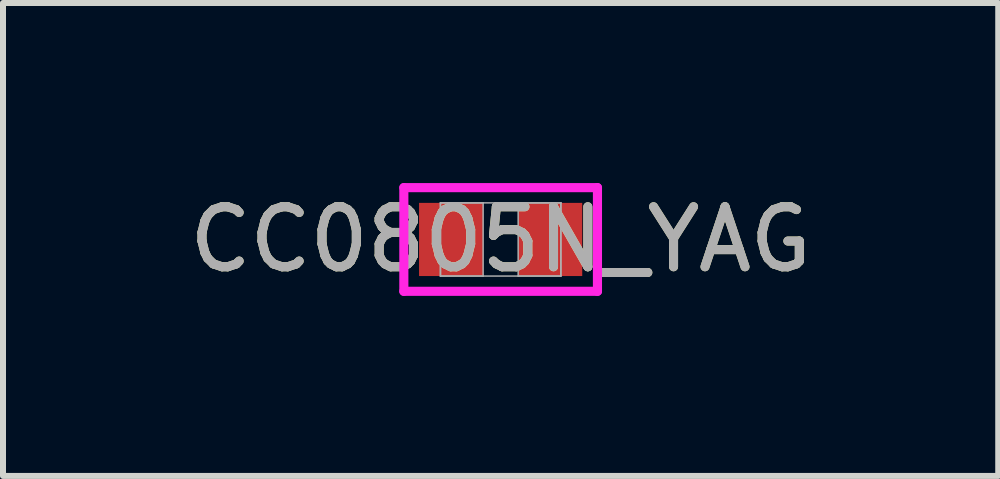
<source format=kicad_pcb>
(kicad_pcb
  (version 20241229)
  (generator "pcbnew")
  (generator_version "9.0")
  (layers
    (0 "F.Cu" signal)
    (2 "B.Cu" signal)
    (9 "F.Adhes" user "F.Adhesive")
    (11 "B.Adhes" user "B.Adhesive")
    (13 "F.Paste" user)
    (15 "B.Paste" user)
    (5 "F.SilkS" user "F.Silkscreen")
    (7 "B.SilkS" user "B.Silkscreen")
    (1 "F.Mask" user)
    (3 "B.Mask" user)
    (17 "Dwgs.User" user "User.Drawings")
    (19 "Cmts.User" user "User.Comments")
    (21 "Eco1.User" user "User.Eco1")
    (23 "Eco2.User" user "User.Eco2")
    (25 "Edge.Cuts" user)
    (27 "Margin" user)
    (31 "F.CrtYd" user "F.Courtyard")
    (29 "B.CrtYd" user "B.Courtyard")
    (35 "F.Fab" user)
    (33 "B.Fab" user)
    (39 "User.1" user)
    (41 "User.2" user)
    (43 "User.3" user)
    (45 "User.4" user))
  (footprint "CC0805N_YAG"
    (layer "F.Cu")
    (at 5.292 0.94)
    (property "Reference" "CC0805N_YAG" (at 0 0 0) (unlocked yes) (layer "F.SilkS") (effects (font (size 1 1) (thickness 0.15))))
    (attr smd)
    (fp_line (start -1.613 -0.864) (end 1.613 -0.864) (stroke (width 0.152) (type solid)) (layer "F.CrtYd"))
    (fp_line (start -1.613 0.864) (end -1.613 -0.864) (stroke (width 0.152) (type solid)) (layer "F.CrtYd"))
    (fp_line (start 1.613 -0.864) (end 1.613 0.864) (stroke (width 0.152) (type solid)) (layer "F.CrtYd"))
    (fp_line (start 1.613 0.864) (end -1.613 0.864) (stroke (width 0.152) (type solid)) (layer "F.CrtYd"))
    (fp_line (start -1.003 -0.61) (end -1.003 0.61) (stroke (width 0.025) (type solid)) (layer "F.Fab"))
    (fp_line (start -1.003 -0.61) (end -1.003 0.61) (stroke (width 0.025) (type solid)) (layer "F.Fab"))
    (fp_line (start -1.003 0.61) (end -0.292 0.61) (stroke (width 0.025) (type solid)) (layer "F.Fab"))
    (fp_line (start -1.003 0.61) (end 1.003 0.61) (stroke (width 0.025) (type solid)) (layer "F.Fab"))
    (fp_line (start -0.292 -0.61) (end -1.003 -0.61) (stroke (width 0.025) (type solid)) (layer "F.Fab"))
    (fp_line (start -0.292 0.61) (end -0.292 -0.61) (stroke (width 0.025) (type solid)) (layer "F.Fab"))
    (fp_line (start 0.292 -0.61) (end 0.292 0.61) (stroke (width 0.025) (type solid)) (layer "F.Fab"))
    (fp_line (start 0.292 0.61) (end 1.003 0.61) (stroke (width 0.025) (type solid)) (layer "F.Fab"))
    (fp_line (start 1.003 -0.61) (end -1.003 -0.61) (stroke (width 0.025) (type solid)) (layer "F.Fab"))
    (fp_line (start 1.003 -0.61) (end 0.292 -0.61) (stroke (width 0.025) (type solid)) (layer "F.Fab"))
    (fp_line (start 1.003 0.61) (end 1.003 -0.61) (stroke (width 0.025) (type solid)) (layer "F.Fab"))
    (fp_line (start 1.003 0.61) (end 1.003 -0.61) (stroke (width 0.025) (type solid)) (layer "F.Fab"))
    (fp_text user "${REFERENCE}" (at 0 0 0) (unlocked yes) (layer "F.Fab") (effects (font (size 1 1) (thickness 0.15))))
    (pad "1" smd rect (at -0.826 0) (size 1.067 1.219) (layers "F.Cu" "F.Mask" "F.Paste"))
    (pad "2" smd rect (at 0.826 0) (size 1.067 1.219) (layers "F.Cu" "F.Mask" "F.Paste"))
    (zone (net_name "") (layer "F.Cu") (hatch full 0.508) (connect_pads) (min_thickness 0.254) (filled_areas_thickness no) (keepout (tracks not_allowed) (vias not_allowed) (pads allowed) (copperpour not_allowed) (footprints allowed)) (placement (enabled no)) (fill) (polygon (pts (xy 5.05 0.381) (xy 5.533 0.381) (xy 5.533 1.499) (xy 5.05 1.499)))))
  (gr_rect
    (start -3 -3)
    (end 13.583 4.88)
    (stroke (width 0.1) (type default))
    (fill no)
    (layer "Edge.Cuts")))
</source>
